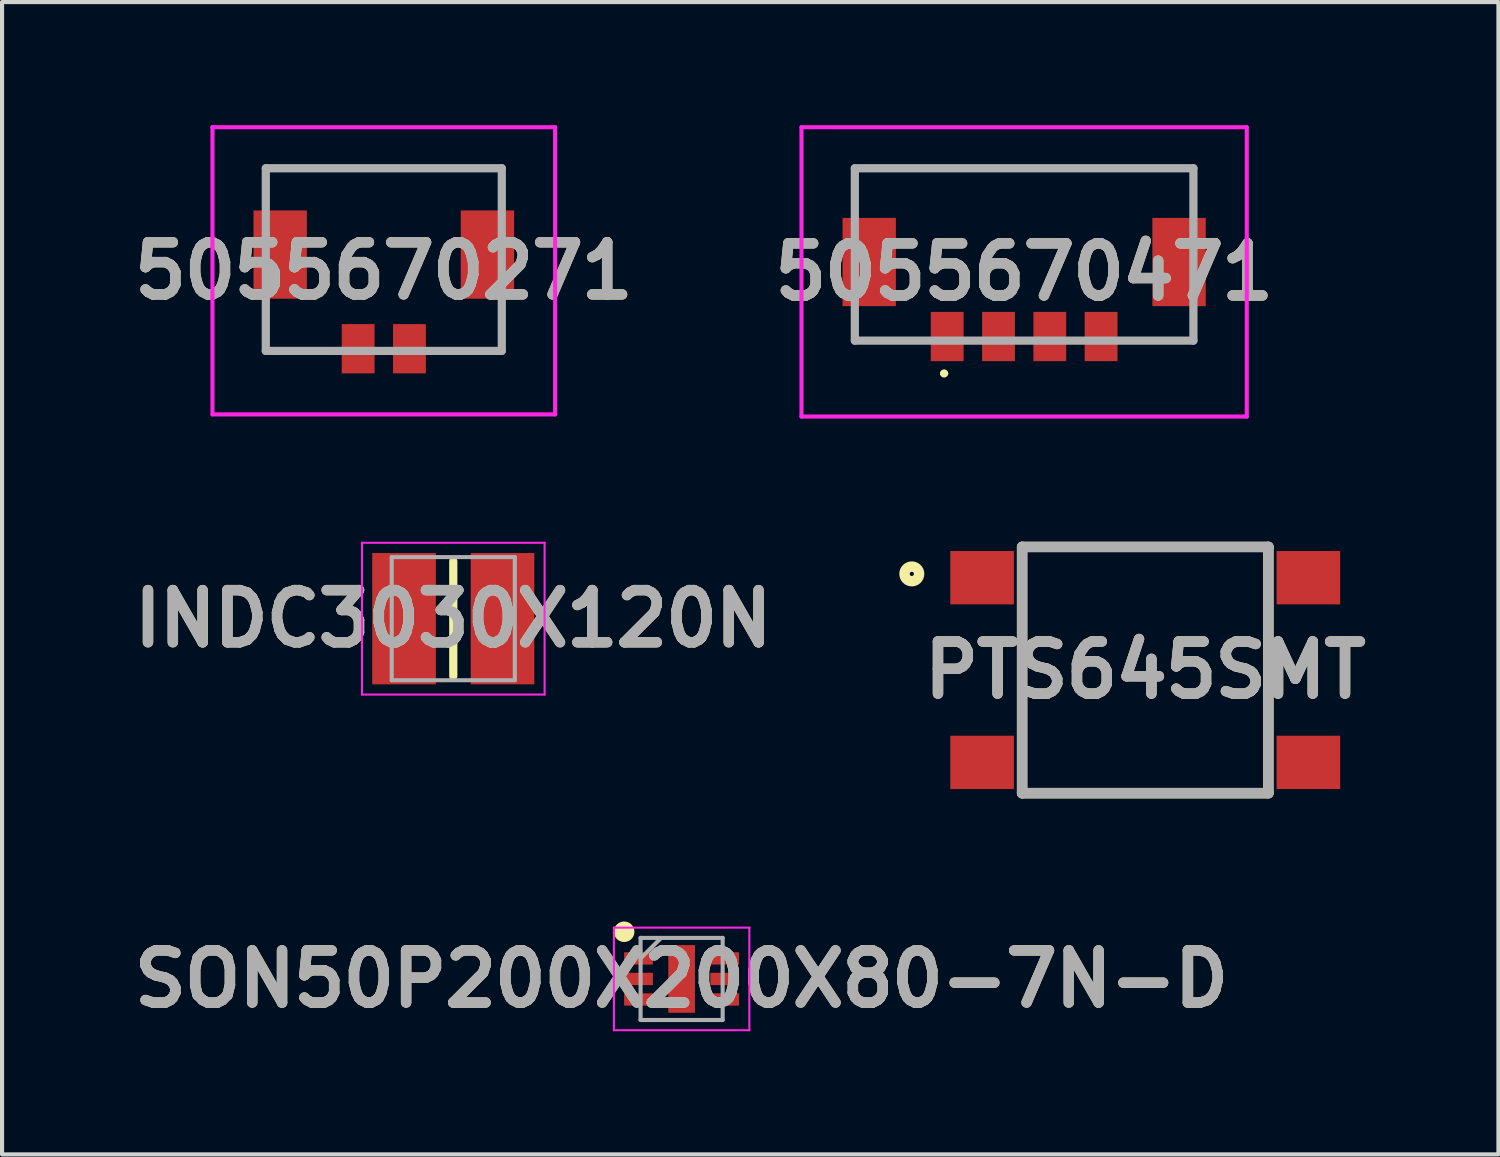
<source format=kicad_pcb>
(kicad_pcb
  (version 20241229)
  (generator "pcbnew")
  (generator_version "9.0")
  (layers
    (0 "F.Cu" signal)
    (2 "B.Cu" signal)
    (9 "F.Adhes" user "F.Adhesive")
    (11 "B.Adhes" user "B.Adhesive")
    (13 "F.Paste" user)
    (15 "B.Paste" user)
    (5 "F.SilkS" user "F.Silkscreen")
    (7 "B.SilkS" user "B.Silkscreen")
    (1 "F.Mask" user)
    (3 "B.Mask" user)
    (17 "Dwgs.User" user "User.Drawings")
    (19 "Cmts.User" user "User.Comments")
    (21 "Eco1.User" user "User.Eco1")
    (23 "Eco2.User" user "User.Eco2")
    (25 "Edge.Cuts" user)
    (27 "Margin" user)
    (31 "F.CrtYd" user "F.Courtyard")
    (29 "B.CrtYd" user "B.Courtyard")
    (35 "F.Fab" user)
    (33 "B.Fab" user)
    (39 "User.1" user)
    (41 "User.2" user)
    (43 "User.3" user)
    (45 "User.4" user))
  (footprint "5055670271"
    (layer "F.Cu")
    (at 6.302 3.549)
    (property "Reference" "5055670271" (at 0 0 0) (layer "F.SilkS") (effects (font (size 1.27 1.27) (thickness 0.254))))
    (attr smd)
    (fp_line (start -2.875 -2.499) (end 2.875 -2.499) (stroke (width 0.1) (type solid)) (layer "F.SilkS"))
    (fp_line (start -2.875 -2.049) (end -2.875 -2.499) (stroke (width 0.1) (type solid)) (layer "F.SilkS"))
    (fp_line (start -2.875 0.951) (end -2.875 1.951) (stroke (width 0.1) (type solid)) (layer "F.SilkS"))
    (fp_line (start -2.875 1.951) (end -1.5 1.951) (stroke (width 0.1) (type solid)) (layer "F.SilkS"))
    (fp_line (start 1.5 1.951) (end 2.875 1.951) (stroke (width 0.1) (type solid)) (layer "F.SilkS"))
    (fp_line (start 2.875 -2.499) (end 2.875 -2.049) (stroke (width 0.1) (type solid)) (layer "F.SilkS"))
    (fp_line (start 2.875 1.951) (end 2.875 0.951) (stroke (width 0.1) (type solid)) (layer "F.SilkS"))
    (fp_line (start -4.175 -3.499) (end 4.175 -3.499) (stroke (width 0.1) (type solid)) (layer "F.CrtYd"))
    (fp_line (start -4.175 3.499) (end -4.175 -3.499) (stroke (width 0.1) (type solid)) (layer "F.CrtYd"))
    (fp_line (start 4.175 -3.499) (end 4.175 3.499) (stroke (width 0.1) (type solid)) (layer "F.CrtYd"))
    (fp_line (start 4.175 3.499) (end -4.175 3.499) (stroke (width 0.1) (type solid)) (layer "F.CrtYd"))
    (fp_line (start -2.875 -2.499) (end 2.875 -2.499) (stroke (width 0.2) (type solid)) (layer "F.Fab"))
    (fp_line (start -2.875 1.951) (end -2.875 -2.499) (stroke (width 0.2) (type solid)) (layer "F.Fab"))
    (fp_line (start 2.875 -2.499) (end 2.875 1.951) (stroke (width 0.2) (type solid)) (layer "F.Fab"))
    (fp_line (start 2.875 1.951) (end -2.875 1.951) (stroke (width 0.2) (type solid)) (layer "F.Fab"))
    (fp_text user "${REFERENCE}" (at 0 0 0) (layer "F.Fab") (effects (font (size 1.27 1.27) (thickness 0.254))))
    (pad "1" smd rect (at -0.625 1.899) (size 0.8 1.2) (layers "F.Cu" "F.Mask" "F.Paste"))
    (pad "2" smd rect (at 0.625 1.899) (size 0.8 1.2) (layers "F.Cu" "F.Mask" "F.Paste"))
    (pad "3" smd rect (at -2.525 -0.396) (size 1.3 2.15) (layers "F.Cu" "F.Mask" "F.Paste"))
    (pad "4" smd rect (at 2.525 -0.396) (size 1.3 2.15) (layers "F.Cu" "F.Mask" "F.Paste")))
  (footprint "SON50P200X200X80-7N-D"
    (layer "F.Cu")
    (at 13.559 20.804)
    (property "Reference" "SON50P200X200X80-7N-D" (at 0 0 0) (layer "F.SilkS") (effects (font (size 1.27 1.27) (thickness 0.254))))
    (attr smd)
    (fp_circle (center -1.4 -1.15) (end -1.4 -1.025) (stroke (width 0.25) (type solid)) (fill no) (layer "F.SilkS"))
    (fp_line (start -1.65 -1.25) (end 1.65 -1.25) (stroke (width 0.05) (type solid)) (layer "F.CrtYd"))
    (fp_line (start -1.65 1.25) (end -1.65 -1.25) (stroke (width 0.05) (type solid)) (layer "F.CrtYd"))
    (fp_line (start 1.65 -1.25) (end 1.65 1.25) (stroke (width 0.05) (type solid)) (layer "F.CrtYd"))
    (fp_line (start 1.65 1.25) (end -1.65 1.25) (stroke (width 0.05) (type solid)) (layer "F.CrtYd"))
    (fp_line (start -1 -1) (end 1 -1) (stroke (width 0.1) (type solid)) (layer "F.Fab"))
    (fp_line (start -1 -0.5) (end -0.5 -1) (stroke (width 0.1) (type solid)) (layer "F.Fab"))
    (fp_line (start -1 1) (end -1 -1) (stroke (width 0.1) (type solid)) (layer "F.Fab"))
    (fp_line (start 1 -1) (end 1 1) (stroke (width 0.1) (type solid)) (layer "F.Fab"))
    (fp_line (start 1 1) (end -1 1) (stroke (width 0.1) (type solid)) (layer "F.Fab"))
    (fp_text user "${REFERENCE}" (at 0 0 0) (layer "F.Fab") (effects (font (size 1.27 1.27) (thickness 0.254))))
    (pad "1" smd rect (at -1.05 -0.5 90) (size 0.3 0.7) (layers "F.Cu" "F.Paste"))
    (pad "2" smd rect (at -1.05 0 90) (size 0.3 0.7) (layers "F.Cu" "F.Paste"))
    (pad "3" smd rect (at -1.05 0.5 90) (size 0.3 0.7) (layers "F.Cu" "F.Paste"))
    (pad "4" smd rect (at 1.05 0.5 90) (size 0.3 0.7) (layers "F.Cu" "F.Paste"))
    (pad "5" smd rect (at 1.05 0 90) (size 0.3 0.7) (layers "F.Cu" "F.Paste"))
    (pad "6" smd rect (at 1.05 -0.5 90) (size 0.3 0.7) (layers "F.Cu" "F.Paste"))
    (pad "7" smd rect (at 0 0) (size 0.65 1.65) (layers "F.Cu" "F.Paste")))
  (footprint "INDC3030X120N"
    (layer "F.Cu")
    (at 7.995 12.025)
    (property "Reference" "INDC3030X120N" (at 0 0 0) (layer "F.SilkS") (effects (font (size 1.27 1.27) (thickness 0.254))))
    (attr smd)
    (fp_line (start 0 -1.4) (end 0 1.4) (stroke (width 0.2) (type solid)) (layer "F.SilkS"))
    (fp_line (start -2.225 -1.85) (end 2.225 -1.85) (stroke (width 0.05) (type solid)) (layer "F.CrtYd"))
    (fp_line (start -2.225 1.85) (end -2.225 -1.85) (stroke (width 0.05) (type solid)) (layer "F.CrtYd"))
    (fp_line (start 2.225 -1.85) (end 2.225 1.85) (stroke (width 0.05) (type solid)) (layer "F.CrtYd"))
    (fp_line (start 2.225 1.85) (end -2.225 1.85) (stroke (width 0.05) (type solid)) (layer "F.CrtYd"))
    (fp_line (start -1.5 -1.5) (end 1.5 -1.5) (stroke (width 0.1) (type solid)) (layer "F.Fab"))
    (fp_line (start -1.5 1.5) (end -1.5 -1.5) (stroke (width 0.1) (type solid)) (layer "F.Fab"))
    (fp_line (start 1.5 -1.5) (end 1.5 1.5) (stroke (width 0.1) (type solid)) (layer "F.Fab"))
    (fp_line (start 1.5 1.5) (end -1.5 1.5) (stroke (width 0.1) (type solid)) (layer "F.Fab"))
    (fp_text user "${REFERENCE}" (at 0 0 0) (layer "F.Fab") (effects (font (size 1.27 1.27) (thickness 0.254))))
    (pad "1" smd rect (at -1.2 0) (size 1.55 3.2) (layers "F.Cu" "F.Mask" "F.Paste"))
    (pad "2" smd rect (at 1.2 0) (size 1.55 3.2) (layers "F.Cu" "F.Mask" "F.Paste")))
  (footprint "5055670471"
    (layer "F.Cu")
    (at 21.905 3.575)
    (property "Reference" "5055670471" (at 0 0 0) (layer "F.SilkS") (effects (font (size 1.27 1.27) (thickness 0.254))))
    (attr smd)
    (fp_line (start -4.125 -2.525) (end 4.125 -2.525) (stroke (width 0.1) (type solid)) (layer "F.SilkS"))
    (fp_line (start -4.125 -1.825) (end -4.125 -2.525) (stroke (width 0.1) (type solid)) (layer "F.SilkS"))
    (fp_line (start -4.125 1.675) (end -4.125 1.175) (stroke (width 0.1) (type solid)) (layer "F.SilkS"))
    (fp_line (start -2.5 1.675) (end -4.125 1.675) (stroke (width 0.1) (type solid)) (layer "F.SilkS"))
    (fp_line (start -2 2.475) (end -2 2.475) (stroke (width 0.1) (type solid)) (layer "F.SilkS"))
    (fp_line (start -1.9 2.475) (end -1.9 2.475) (stroke (width 0.1) (type solid)) (layer "F.SilkS"))
    (fp_line (start 2.5 1.675) (end 4.125 1.675) (stroke (width 0.1) (type solid)) (layer "F.SilkS"))
    (fp_line (start 4.125 -2.525) (end 4.125 -1.825) (stroke (width 0.1) (type solid)) (layer "F.SilkS"))
    (fp_line (start 4.125 1.675) (end 4.125 1.175) (stroke (width 0.1) (type solid)) (layer "F.SilkS"))
    (fp_arc (start -2 2.475) (mid -1.95 2.425) (end -1.9 2.475) (stroke (width 0.1) (type solid)) (layer "F.SilkS"))
    (fp_arc (start -1.9 2.475) (mid -1.95 2.525) (end -2 2.475) (stroke (width 0.1) (type solid)) (layer "F.SilkS"))
    (fp_line (start -5.425 -3.525) (end 5.425 -3.525) (stroke (width 0.1) (type solid)) (layer "F.CrtYd"))
    (fp_line (start -5.425 3.525) (end -5.425 -3.525) (stroke (width 0.1) (type solid)) (layer "F.CrtYd"))
    (fp_line (start 5.425 -3.525) (end 5.425 3.525) (stroke (width 0.1) (type solid)) (layer "F.CrtYd"))
    (fp_line (start 5.425 3.525) (end -5.425 3.525) (stroke (width 0.1) (type solid)) (layer "F.CrtYd"))
    (fp_line (start -4.125 -2.525) (end 4.125 -2.525) (stroke (width 0.2) (type solid)) (layer "F.Fab"))
    (fp_line (start -4.125 1.675) (end -4.125 -2.525) (stroke (width 0.2) (type solid)) (layer "F.Fab"))
    (fp_line (start 4.125 -2.525) (end 4.125 1.675) (stroke (width 0.2) (type solid)) (layer "F.Fab"))
    (fp_line (start 4.125 1.675) (end -4.125 1.675) (stroke (width 0.2) (type solid)) (layer "F.Fab"))
    (fp_text user "${REFERENCE}" (at 0 0 0) (layer "F.Fab") (effects (font (size 1.27 1.27) (thickness 0.254))))
    (pad "1" smd rect (at -1.875 1.575) (size 0.8 1.2) (layers "F.Cu" "F.Mask" "F.Paste"))
    (pad "2" smd rect (at -0.625 1.575) (size 0.8 1.2) (layers "F.Cu" "F.Mask" "F.Paste"))
    (pad "3" smd rect (at 0.625 1.575) (size 0.8 1.2) (layers "F.Cu" "F.Mask" "F.Paste"))
    (pad "4" smd rect (at 1.875 1.575) (size 0.8 1.2) (layers "F.Cu" "F.Mask" "F.Paste"))
    (pad "5" smd rect (at -3.775 -0.24) (size 1.3 2.15) (layers "F.Cu" "F.Mask" "F.Paste"))
    (pad "6" smd rect (at 3.775 -0.24) (size 1.3 2.15) (layers "F.Cu" "F.Mask" "F.Paste")))
  (footprint "PTS645SMT"
    (layer "F.Cu")
    (at 24.856 13.277)
    (property "Reference" "PTS645SMT" (at 0 0 0) (layer "F.SilkS") (effects (font (size 1.27 1.27) (thickness 0.254))))
    (attr smd)
    (fp_line (start -3 -3) (end -3 3) (stroke (width 0.254) (type solid)) (layer "F.SilkS"))
    (fp_line (start -3 3) (end 3 3) (stroke (width 0.254) (type solid)) (layer "F.SilkS"))
    (fp_line (start 3 -3) (end -3 -3) (stroke (width 0.254) (type solid)) (layer "F.SilkS"))
    (fp_line (start 3 3) (end 3 -3) (stroke (width 0.254) (type solid)) (layer "F.SilkS"))
    (fp_circle (center -5.688 -2.343) (end -5.688 -2.292) (stroke (width 0.254) (type solid)) (fill no) (layer "F.SilkS"))
    (fp_line (start -3 -3) (end 3 -3) (stroke (width 0.254) (type solid)) (layer "F.Fab"))
    (fp_line (start -3 3) (end -3 -3) (stroke (width 0.254) (type solid)) (layer "F.Fab"))
    (fp_line (start 3 -3) (end 3 3) (stroke (width 0.254) (type solid)) (layer "F.Fab"))
    (fp_line (start 3 3) (end -3 3) (stroke (width 0.254) (type solid)) (layer "F.Fab"))
    (fp_text user "${REFERENCE}" (at 0 0 0) (layer "F.Fab") (effects (font (size 1.27 1.27) (thickness 0.254))))
    (pad "1" smd rect (at -3.975 -2.25 90) (size 1.3 1.55) (layers "F.Cu" "F.Mask" "F.Paste"))
    (pad "2" smd rect (at 3.975 -2.25 90) (size 1.3 1.55) (layers "F.Cu" "F.Mask" "F.Paste"))
    (pad "3" smd rect (at -3.975 2.25 90) (size 1.3 1.55) (layers "F.Cu" "F.Mask" "F.Paste"))
    (pad "4" smd rect (at 3.975 2.25 90) (size 1.3 1.55) (layers "F.Cu" "F.Mask" "F.Paste")))
  (gr_rect
    (start -3 -3)
    (end 33.462 25.079)
    (stroke (width 0.1) (type default))
    (fill no)
    (layer "Edge.Cuts")))
</source>
